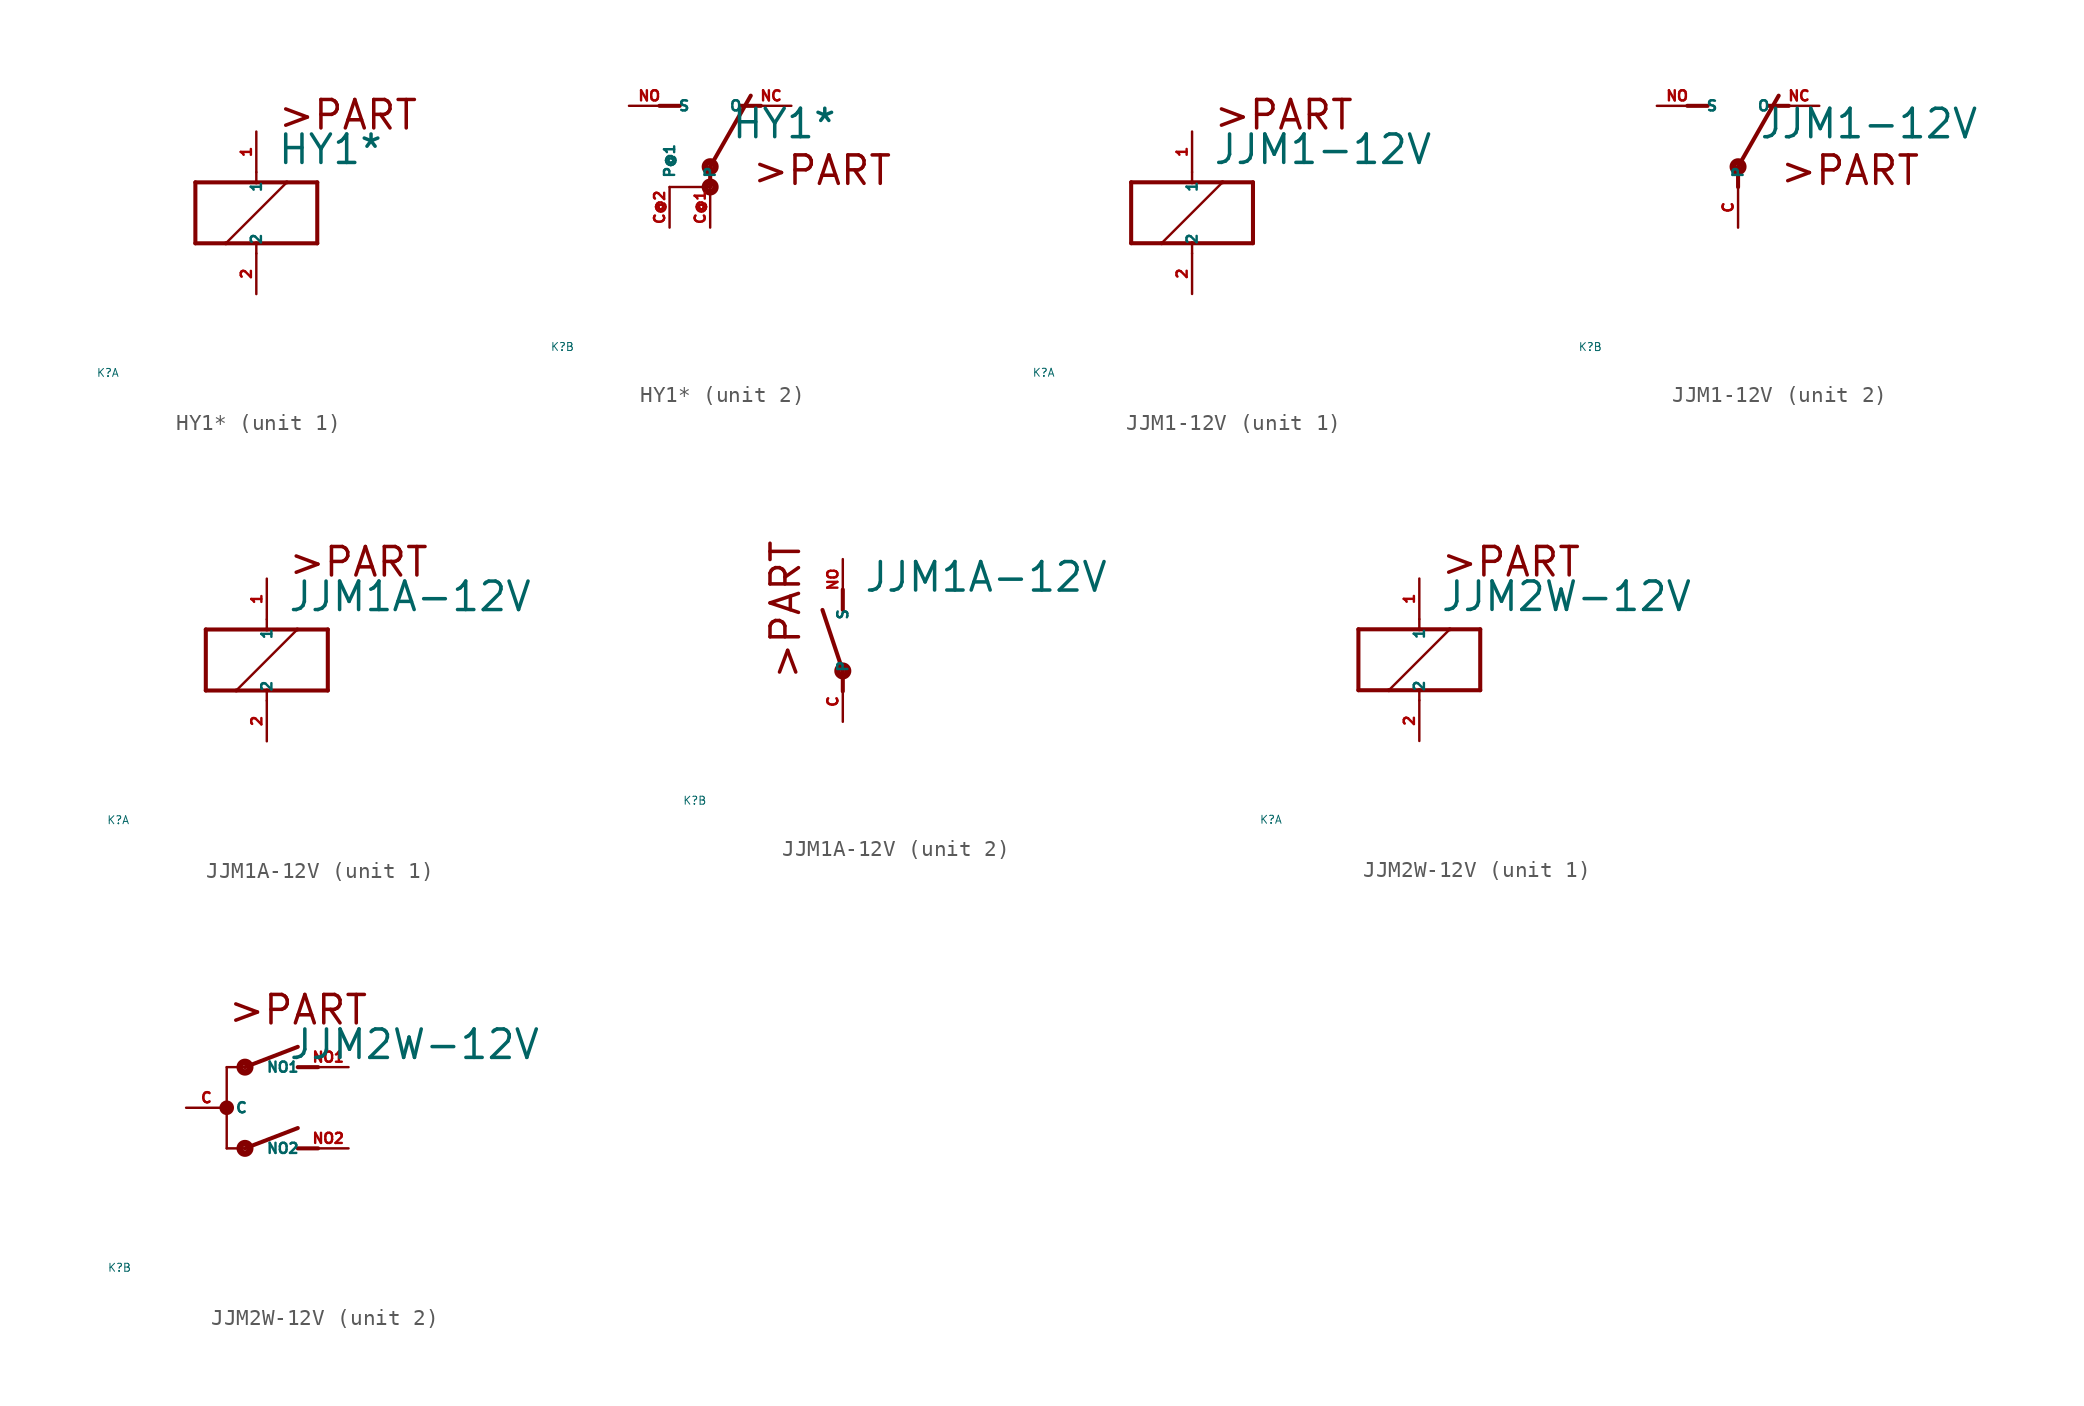
<source format=kicad_sym>
(kicad_symbol_lib
  (version 20220914)
  (generator Eagle2Kicad)
  (symbol "HY1*"
    (property "Reference" "K"
      (at -10 -10 0)
      (effects (font (size 0.5 0.5) (thickness 0.06)) (justify left)))
    (property "Value" "HY1*"
      (at 1.27 2.921 0)
      (effects (font (size 1.778 1.778) (thickness 0.22)) (justify left bottom)))
    (symbol "HY1*_1_0"
      (polyline (pts (xy -3.81 -1.905) (xy -1.905 -1.905)) (stroke (width 0.254) (type default)) (fill (type none)))
      (polyline (pts (xy 3.81 -1.905) (xy 3.81 1.905)) (stroke (width 0.254) (type default)) (fill (type none)))
      (polyline (pts (xy 3.81 1.905) (xy 1.905 1.905)) (stroke (width 0.254) (type default)) (fill (type none)))
      (polyline (pts (xy -3.81 1.905) (xy -3.81 -1.905)) (stroke (width 0.254) (type default)) (fill (type none)))
      (polyline (pts (xy 0 -2.54) (xy 0 -1.905)) (stroke (width 0.152) (type default)) (fill (type none)))
      (polyline (pts (xy 0 -1.905) (xy 3.81 -1.905)) (stroke (width 0.254) (type default)) (fill (type none)))
      (polyline (pts (xy 0 2.54) (xy 0 1.905)) (stroke (width 0.152) (type default)) (fill (type none)))
      (polyline (pts (xy 0 1.905) (xy -3.81 1.905)) (stroke (width 0.254) (type default)) (fill (type none)))
      (polyline (pts (xy -1.905 -1.905) (xy 1.905 1.905)) (stroke (width 0.152) (type default)) (fill (type none)))
      (polyline (pts (xy -1.905 -1.905) (xy 0 -1.905)) (stroke (width 0.254) (type default)) (fill (type none)))
      (polyline (pts (xy 1.905 1.905) (xy 0 1.905)) (stroke (width 0.254) (type default)) (fill (type none)))
      (text ">PART" (at 1.27 5.08 0) (effects (font (size 1.778 1.778) (thickness 0.22)) (justify left bottom)))
      (pin passive line (at 0 -5.08 90) (length 2.54) (name "2" (effects (font (size 0.635 0.635) (thickness 0.08)) (justify left bottom))) (number "2" (effects (font (size 0.635 0.635) (thickness 0.08)) (justify left bottom))))
      (pin passive line (at 0 5.08 270) (length 2.54) (name "1" (effects (font (size 0.635 0.635) (thickness 0.08)) (justify left bottom))) (number "1" (effects (font (size 0.635 0.635) (thickness 0.08)) (justify left bottom)))))
    (symbol "HY1*_2_0"
      (polyline (pts (xy 3.175 5.08) (xy 1.905 5.08)) (stroke (width 0.254) (type default)) (fill (type none)))
      (polyline (pts (xy -3.175 5.08) (xy -1.905 5.08)) (stroke (width 0.254) (type default)) (fill (type none)))
      (polyline (pts (xy 0 1.27) (xy 2.54 5.715)) (stroke (width 0.254) (type default)) (fill (type none)))
      (polyline (pts (xy -2.54 0) (xy 0 0)) (stroke (width 0.152) (type default)) (fill (type none)))
      (polyline (pts (xy 0 0) (xy 0 1.27)) (stroke (width 0.254) (type default)) (fill (type none)))
      (text ">PART" (at 2.54 0 0) (effects (font (size 1.778 1.778) (thickness 0.22)) (justify left bottom)))
      (circle (center 0 0) (radius 0.127) (stroke (width 0.406) (type default)) (fill (type none)))
      (circle (center 0 1.27) (radius 0.127) (stroke (width 0.406) (type default)) (fill (type none)))
      (pin passive line (at 5.08 5.08 180) (length 2.54) (name "O" (effects (font (size 0.635 0.635) (thickness 0.08)) (justify left bottom))) (number "NC" (effects (font (size 0.635 0.635) (thickness 0.08)) (justify left bottom))))
      (pin passive line (at -5.08 5.08 0) (length 2.54) (name "S" (effects (font (size 0.635 0.635) (thickness 0.08)) (justify left bottom))) (number "NO" (effects (font (size 0.635 0.635) (thickness 0.08)) (justify left bottom))))
      (pin passive line (at 0 -2.54 90) (length 2.54) (name "P" (effects (font (size 0.635 0.635) (thickness 0.08)) (justify left bottom))) (number "C@1" (effects (font (size 0.635 0.635) (thickness 0.08)) (justify left bottom))))
      (pin passive line (at -2.54 -2.54 90) (length 2.54) (name "P@1" (effects (font (size 0.635 0.635) (thickness 0.08)) (justify left bottom))) (number "C@2" (effects (font (size 0.635 0.635) (thickness 0.08)) (justify left bottom))))))
  (symbol "JJM1-12V"
    (property "Reference" "K"
      (at -10 -10 0)
      (effects (font (size 0.5 0.5) (thickness 0.06)) (justify left)))
    (property "Value" "JJM1-12V"
      (at 1.27 2.921 0)
      (effects (font (size 1.778 1.778) (thickness 0.22)) (justify left bottom)))
    (symbol "JJM1-12V_1_0"
      (polyline (pts (xy -3.81 -1.905) (xy -1.905 -1.905)) (stroke (width 0.254) (type default)) (fill (type none)))
      (polyline (pts (xy 3.81 -1.905) (xy 3.81 1.905)) (stroke (width 0.254) (type default)) (fill (type none)))
      (polyline (pts (xy 3.81 1.905) (xy 1.905 1.905)) (stroke (width 0.254) (type default)) (fill (type none)))
      (polyline (pts (xy -3.81 1.905) (xy -3.81 -1.905)) (stroke (width 0.254) (type default)) (fill (type none)))
      (polyline (pts (xy 0 -2.54) (xy 0 -1.905)) (stroke (width 0.152) (type default)) (fill (type none)))
      (polyline (pts (xy 0 -1.905) (xy 3.81 -1.905)) (stroke (width 0.254) (type default)) (fill (type none)))
      (polyline (pts (xy 0 2.54) (xy 0 1.905)) (stroke (width 0.152) (type default)) (fill (type none)))
      (polyline (pts (xy 0 1.905) (xy -3.81 1.905)) (stroke (width 0.254) (type default)) (fill (type none)))
      (polyline (pts (xy -1.905 -1.905) (xy 1.905 1.905)) (stroke (width 0.152) (type default)) (fill (type none)))
      (polyline (pts (xy -1.905 -1.905) (xy 0 -1.905)) (stroke (width 0.254) (type default)) (fill (type none)))
      (polyline (pts (xy 1.905 1.905) (xy 0 1.905)) (stroke (width 0.254) (type default)) (fill (type none)))
      (text ">PART" (at 1.27 5.08 0) (effects (font (size 1.778 1.778) (thickness 0.22)) (justify left bottom)))
      (pin passive line (at 0 -5.08 90) (length 2.54) (name "2" (effects (font (size 0.635 0.635) (thickness 0.08)) (justify left bottom))) (number "2" (effects (font (size 0.635 0.635) (thickness 0.08)) (justify left bottom))))
      (pin passive line (at 0 5.08 270) (length 2.54) (name "1" (effects (font (size 0.635 0.635) (thickness 0.08)) (justify left bottom))) (number "1" (effects (font (size 0.635 0.635) (thickness 0.08)) (justify left bottom)))))
    (symbol "JJM1-12V_2_0"
      (polyline (pts (xy 3.175 5.08) (xy 1.905 5.08)) (stroke (width 0.254) (type default)) (fill (type none)))
      (polyline (pts (xy -3.175 5.08) (xy -1.905 5.08)) (stroke (width 0.254) (type default)) (fill (type none)))
      (polyline (pts (xy 0 1.27) (xy 2.54 5.715)) (stroke (width 0.254) (type default)) (fill (type none)))
      (polyline (pts (xy 0 1.27) (xy 0 0)) (stroke (width 0.254) (type default)) (fill (type none)))
      (text ">PART" (at 2.54 0 0) (effects (font (size 1.778 1.778) (thickness 0.22)) (justify left bottom)))
      (circle (center 0 1.27) (radius 0.127) (stroke (width 0.406) (type default)) (fill (type none)))
      (pin passive line (at 5.08 5.08 180) (length 2.54) (name "O" (effects (font (size 0.635 0.635) (thickness 0.08)) (justify left bottom))) (number "NC" (effects (font (size 0.635 0.635) (thickness 0.08)) (justify left bottom))))
      (pin passive line (at -5.08 5.08 0) (length 2.54) (name "S" (effects (font (size 0.635 0.635) (thickness 0.08)) (justify left bottom))) (number "NO" (effects (font (size 0.635 0.635) (thickness 0.08)) (justify left bottom))))
      (pin passive line (at 0 -2.54 90) (length 2.54) (name "P" (effects (font (size 0.635 0.635) (thickness 0.08)) (justify left bottom))) (number "C" (effects (font (size 0.635 0.635) (thickness 0.08)) (justify left bottom))))))
  (symbol "JJM1A-12V"
    (property "Reference" "K"
      (at -10 -10 0)
      (effects (font (size 0.5 0.5) (thickness 0.06)) (justify left)))
    (property "Value" "JJM1A-12V"
      (at 1.27 2.921 0)
      (effects (font (size 1.778 1.778) (thickness 0.22)) (justify left bottom)))
    (symbol "JJM1A-12V_1_0"
      (polyline (pts (xy -3.81 -1.905) (xy -1.905 -1.905)) (stroke (width 0.254) (type default)) (fill (type none)))
      (polyline (pts (xy 3.81 -1.905) (xy 3.81 1.905)) (stroke (width 0.254) (type default)) (fill (type none)))
      (polyline (pts (xy 3.81 1.905) (xy 1.905 1.905)) (stroke (width 0.254) (type default)) (fill (type none)))
      (polyline (pts (xy -3.81 1.905) (xy -3.81 -1.905)) (stroke (width 0.254) (type default)) (fill (type none)))
      (polyline (pts (xy 0 -2.54) (xy 0 -1.905)) (stroke (width 0.152) (type default)) (fill (type none)))
      (polyline (pts (xy 0 -1.905) (xy 3.81 -1.905)) (stroke (width 0.254) (type default)) (fill (type none)))
      (polyline (pts (xy 0 2.54) (xy 0 1.905)) (stroke (width 0.152) (type default)) (fill (type none)))
      (polyline (pts (xy 0 1.905) (xy -3.81 1.905)) (stroke (width 0.254) (type default)) (fill (type none)))
      (polyline (pts (xy -1.905 -1.905) (xy 1.905 1.905)) (stroke (width 0.152) (type default)) (fill (type none)))
      (polyline (pts (xy -1.905 -1.905) (xy 0 -1.905)) (stroke (width 0.254) (type default)) (fill (type none)))
      (polyline (pts (xy 1.905 1.905) (xy 0 1.905)) (stroke (width 0.254) (type default)) (fill (type none)))
      (text ">PART" (at 1.27 5.08 0) (effects (font (size 1.778 1.778) (thickness 0.22)) (justify left bottom)))
      (pin passive line (at 0 -5.08 90) (length 2.54) (name "2" (effects (font (size 0.635 0.635) (thickness 0.08)) (justify left bottom))) (number "2" (effects (font (size 0.635 0.635) (thickness 0.08)) (justify left bottom))))
      (pin passive line (at 0 5.08 270) (length 2.54) (name "1" (effects (font (size 0.635 0.635) (thickness 0.08)) (justify left bottom))) (number "1" (effects (font (size 0.635 0.635) (thickness 0.08)) (justify left bottom)))))
    (symbol "JJM1A-12V_2_0"
      (polyline (pts (xy 0 3.175) (xy 0 1.905)) (stroke (width 0.254) (type default)) (fill (type none)))
      (polyline (pts (xy 0 -3.175) (xy 0 -1.905)) (stroke (width 0.254) (type default)) (fill (type none)))
      (polyline (pts (xy 0 -1.905) (xy -1.27 1.905)) (stroke (width 0.254) (type default)) (fill (type none)))
      (text ">PART" (at -2.54 -2.54 900) (effects (font (size 1.778 1.778) (thickness 0.22)) (justify left bottom)))
      (circle (center 0 -1.905) (radius 0.127) (stroke (width 0.406) (type default)) (fill (type none)))
      (pin passive line (at 0 -5.08 90) (length 2.54) (name "P" (effects (font (size 0.635 0.635) (thickness 0.08)) (justify left bottom))) (number "C" (effects (font (size 0.635 0.635) (thickness 0.08)) (justify left bottom))))
      (pin passive line (at 0 5.08 270) (length 2.54) (name "S" (effects (font (size 0.635 0.635) (thickness 0.08)) (justify left bottom))) (number "NO" (effects (font (size 0.635 0.635) (thickness 0.08)) (justify left bottom))))))
  (symbol "JJM2W-12V"
    (property "Reference" "K"
      (at -10 -10 0)
      (effects (font (size 0.5 0.5) (thickness 0.06)) (justify left)))
    (property "Value" "JJM2W-12V"
      (at 1.27 2.921 0)
      (effects (font (size 1.778 1.778) (thickness 0.22)) (justify left bottom)))
    (symbol "JJM2W-12V_1_0"
      (polyline (pts (xy -3.81 -1.905) (xy -1.905 -1.905)) (stroke (width 0.254) (type default)) (fill (type none)))
      (polyline (pts (xy 3.81 -1.905) (xy 3.81 1.905)) (stroke (width 0.254) (type default)) (fill (type none)))
      (polyline (pts (xy 3.81 1.905) (xy 1.905 1.905)) (stroke (width 0.254) (type default)) (fill (type none)))
      (polyline (pts (xy -3.81 1.905) (xy -3.81 -1.905)) (stroke (width 0.254) (type default)) (fill (type none)))
      (polyline (pts (xy 0 -2.54) (xy 0 -1.905)) (stroke (width 0.152) (type default)) (fill (type none)))
      (polyline (pts (xy 0 -1.905) (xy 3.81 -1.905)) (stroke (width 0.254) (type default)) (fill (type none)))
      (polyline (pts (xy 0 2.54) (xy 0 1.905)) (stroke (width 0.152) (type default)) (fill (type none)))
      (polyline (pts (xy 0 1.905) (xy -3.81 1.905)) (stroke (width 0.254) (type default)) (fill (type none)))
      (polyline (pts (xy -1.905 -1.905) (xy 1.905 1.905)) (stroke (width 0.152) (type default)) (fill (type none)))
      (polyline (pts (xy -1.905 -1.905) (xy 0 -1.905)) (stroke (width 0.254) (type default)) (fill (type none)))
      (polyline (pts (xy 1.905 1.905) (xy 0 1.905)) (stroke (width 0.254) (type default)) (fill (type none)))
      (text ">PART" (at 1.27 5.08 0) (effects (font (size 1.778 1.778) (thickness 0.22)) (justify left bottom)))
      (pin passive line (at 0 -5.08 90) (length 2.54) (name "2" (effects (font (size 0.635 0.635) (thickness 0.08)) (justify left bottom))) (number "2" (effects (font (size 0.635 0.635) (thickness 0.08)) (justify left bottom))))
      (pin passive line (at 0 5.08 270) (length 2.54) (name "1" (effects (font (size 0.635 0.635) (thickness 0.08)) (justify left bottom))) (number "1" (effects (font (size 0.635 0.635) (thickness 0.08)) (justify left bottom)))))
    (symbol "JJM2W-12V_2_0"
      (polyline (pts (xy 3.175 2.54) (xy 1.905 2.54)) (stroke (width 0.254) (type default)) (fill (type none)))
      (polyline (pts (xy -2.54 2.54) (xy -1.397 2.54)) (stroke (width 0.152) (type default)) (fill (type none)))
      (polyline (pts (xy -1.397 2.54) (xy 1.905 3.81)) (stroke (width 0.254) (type default)) (fill (type none)))
      (polyline (pts (xy 3.175 -2.54) (xy 1.905 -2.54)) (stroke (width 0.254) (type default)) (fill (type none)))
      (polyline (pts (xy -2.54 -2.54) (xy -1.397 -2.54)) (stroke (width 0.152) (type default)) (fill (type none)))
      (polyline (pts (xy -1.397 -2.54) (xy 1.905 -1.27)) (stroke (width 0.254) (type default)) (fill (type none)))
      (polyline (pts (xy -2.54 2.54) (xy -2.54 -2.54)) (stroke (width 0.152) (type default)) (fill (type none)))
      (text ">PART" (at -2.54 5.08 0) (effects (font (size 1.778 1.778) (thickness 0.22)) (justify left bottom)))
      (circle (center -1.397 2.54) (radius 0.127) (stroke (width 0.406) (type default)) (fill (type none)))
      (circle (center -1.397 -2.54) (radius 0.127) (stroke (width 0.406) (type default)) (fill (type none)))
      (circle (center -2.54 0) (radius 0.254) (stroke (width 0.406) (type default)) (fill (type none)))
      (pin passive line (at -5.08 0 0) (length 2.54) (name "C" (effects (font (size 0.635 0.635) (thickness 0.08)) (justify left bottom))) (number "C" (effects (font (size 0.635 0.635) (thickness 0.08)) (justify left bottom))))
      (pin passive line (at 5.08 2.54 180) (length 2.54) (name "NO1" (effects (font (size 0.635 0.635) (thickness 0.08)) (justify left bottom))) (number "NO1" (effects (font (size 0.635 0.635) (thickness 0.08)) (justify left bottom))))
      (pin passive line (at 5.08 -2.54 180) (length 2.54) (name "NO2" (effects (font (size 0.635 0.635) (thickness 0.08)) (justify left bottom))) (number "NO2" (effects (font (size 0.635 0.635) (thickness 0.08)) (justify left bottom)))))))
</source>
